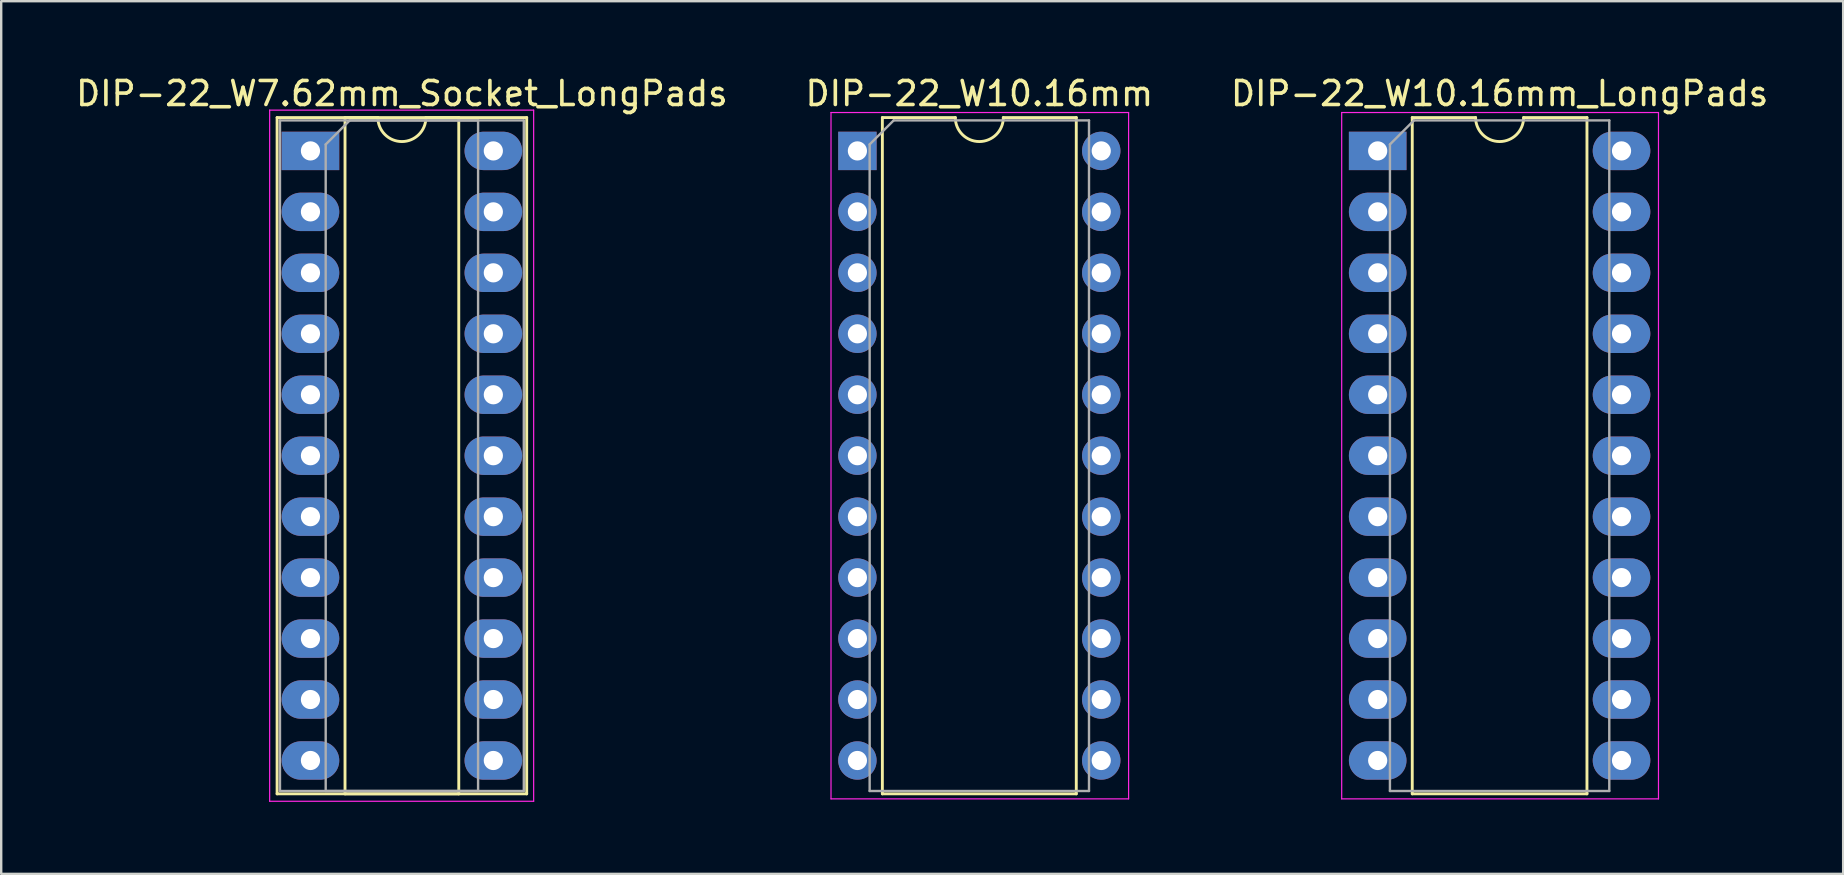
<source format=kicad_pcb>
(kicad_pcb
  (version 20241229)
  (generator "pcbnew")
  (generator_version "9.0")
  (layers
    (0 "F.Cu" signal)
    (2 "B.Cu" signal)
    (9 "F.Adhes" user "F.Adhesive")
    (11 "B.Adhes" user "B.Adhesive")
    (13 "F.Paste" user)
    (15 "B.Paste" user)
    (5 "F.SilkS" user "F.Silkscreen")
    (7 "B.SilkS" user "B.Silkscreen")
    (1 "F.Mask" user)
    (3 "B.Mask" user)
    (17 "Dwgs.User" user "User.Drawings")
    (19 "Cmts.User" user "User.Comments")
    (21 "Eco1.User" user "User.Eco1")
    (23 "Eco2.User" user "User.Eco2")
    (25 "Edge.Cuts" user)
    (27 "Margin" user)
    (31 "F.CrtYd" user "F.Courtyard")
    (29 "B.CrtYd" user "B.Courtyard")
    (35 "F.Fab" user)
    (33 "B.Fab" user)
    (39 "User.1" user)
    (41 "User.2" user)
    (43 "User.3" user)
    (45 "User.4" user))
  (footprint "DIP-22_W10.16mm"
    (layer "F.Cu")
    (at 32.676 3.238)
    (property "Reference" "DIP-22_W10.16mm" (at 5.08 -2.39 0) (layer "F.SilkS") (effects (font (size 1 1) (thickness 0.15))))
    (attr through_hole)
    (fp_line (start 1.04 -1.39) (end 1.04 26.79) (stroke (width 0.12) (type solid)) (layer "F.SilkS"))
    (fp_line (start 1.04 26.79) (end 9.12 26.79) (stroke (width 0.12) (type solid)) (layer "F.SilkS"))
    (fp_line (start 4.08 -1.39) (end 1.04 -1.39) (stroke (width 0.12) (type solid)) (layer "F.SilkS"))
    (fp_line (start 9.12 -1.39) (end 6.08 -1.39) (stroke (width 0.12) (type solid)) (layer "F.SilkS"))
    (fp_line (start 9.12 26.79) (end 9.12 -1.39) (stroke (width 0.12) (type solid)) (layer "F.SilkS"))
    (fp_arc (start 6.08 -1.39) (mid 5.08 -0.39) (end 4.08 -1.39) (stroke (width 0.12) (type solid)) (layer "F.SilkS"))
    (fp_line (start -1.1 -1.6) (end -1.1 27) (stroke (width 0.05) (type solid)) (layer "F.CrtYd"))
    (fp_line (start -1.1 27) (end 11.3 27) (stroke (width 0.05) (type solid)) (layer "F.CrtYd"))
    (fp_line (start 11.3 -1.6) (end -1.1 -1.6) (stroke (width 0.05) (type solid)) (layer "F.CrtYd"))
    (fp_line (start 11.3 27) (end 11.3 -1.6) (stroke (width 0.05) (type solid)) (layer "F.CrtYd"))
    (fp_line (start 0.51 -0.27) (end 1.51 -1.27) (stroke (width 0.1) (type solid)) (layer "F.Fab"))
    (fp_line (start 0.51 26.67) (end 0.51 -0.27) (stroke (width 0.1) (type solid)) (layer "F.Fab"))
    (fp_line (start 1.51 -1.27) (end 9.65 -1.27) (stroke (width 0.1) (type solid)) (layer "F.Fab"))
    (fp_line (start 9.65 -1.27) (end 9.65 26.67) (stroke (width 0.1) (type solid)) (layer "F.Fab"))
    (fp_line (start 9.65 26.67) (end 0.51 26.67) (stroke (width 0.1) (type solid)) (layer "F.Fab"))
    (pad "1" thru_hole rect (at 0 0) (size 1.6 1.6) (drill 0.8) (layers "*.Cu" "*.Mask"))
    (pad "2" thru_hole oval (at 0 2.54) (size 1.6 1.6) (drill 0.8) (layers "*.Cu" "*.Mask"))
    (pad "3" thru_hole oval (at 0 5.08) (size 1.6 1.6) (drill 0.8) (layers "*.Cu" "*.Mask"))
    (pad "4" thru_hole oval (at 0 7.62) (size 1.6 1.6) (drill 0.8) (layers "*.Cu" "*.Mask"))
    (pad "5" thru_hole oval (at 0 10.16) (size 1.6 1.6) (drill 0.8) (layers "*.Cu" "*.Mask"))
    (pad "6" thru_hole oval (at 0 12.7) (size 1.6 1.6) (drill 0.8) (layers "*.Cu" "*.Mask"))
    (pad "7" thru_hole oval (at 0 15.24) (size 1.6 1.6) (drill 0.8) (layers "*.Cu" "*.Mask"))
    (pad "8" thru_hole oval (at 0 17.78) (size 1.6 1.6) (drill 0.8) (layers "*.Cu" "*.Mask"))
    (pad "9" thru_hole oval (at 0 20.32) (size 1.6 1.6) (drill 0.8) (layers "*.Cu" "*.Mask"))
    (pad "10" thru_hole oval (at 0 22.86) (size 1.6 1.6) (drill 0.8) (layers "*.Cu" "*.Mask"))
    (pad "11" thru_hole oval (at 0 25.4) (size 1.6 1.6) (drill 0.8) (layers "*.Cu" "*.Mask"))
    (pad "12" thru_hole oval (at 10.16 25.4) (size 1.6 1.6) (drill 0.8) (layers "*.Cu" "*.Mask"))
    (pad "13" thru_hole oval (at 10.16 22.86) (size 1.6 1.6) (drill 0.8) (layers "*.Cu" "*.Mask"))
    (pad "14" thru_hole oval (at 10.16 20.32) (size 1.6 1.6) (drill 0.8) (layers "*.Cu" "*.Mask"))
    (pad "15" thru_hole oval (at 10.16 17.78) (size 1.6 1.6) (drill 0.8) (layers "*.Cu" "*.Mask"))
    (pad "16" thru_hole oval (at 10.16 15.24) (size 1.6 1.6) (drill 0.8) (layers "*.Cu" "*.Mask"))
    (pad "17" thru_hole oval (at 10.16 12.7) (size 1.6 1.6) (drill 0.8) (layers "*.Cu" "*.Mask"))
    (pad "18" thru_hole oval (at 10.16 10.16) (size 1.6 1.6) (drill 0.8) (layers "*.Cu" "*.Mask"))
    (pad "19" thru_hole oval (at 10.16 7.62) (size 1.6 1.6) (drill 0.8) (layers "*.Cu" "*.Mask"))
    (pad "20" thru_hole oval (at 10.16 5.08) (size 1.6 1.6) (drill 0.8) (layers "*.Cu" "*.Mask"))
    (pad "21" thru_hole oval (at 10.16 2.54) (size 1.6 1.6) (drill 0.8) (layers "*.Cu" "*.Mask"))
    (pad "22" thru_hole oval (at 10.16 0) (size 1.6 1.6) (drill 0.8) (layers "*.Cu" "*.Mask")))
  (footprint "DIP-22_W7.62mm_Socket_LongPads"
    (layer "F.Cu")
    (at 9.886 3.238)
    (property "Reference" "DIP-22_W7.62mm_Socket_LongPads" (at 3.81 -2.39 0) (layer "F.SilkS") (effects (font (size 1 1) (thickness 0.15))))
    (attr through_hole)
    (fp_line (start -1.39 -1.39) (end -1.39 26.79) (stroke (width 0.12) (type solid)) (layer "F.SilkS"))
    (fp_line (start -1.39 26.79) (end 9.01 26.79) (stroke (width 0.12) (type solid)) (layer "F.SilkS"))
    (fp_line (start 1.44 -1.39) (end 1.44 26.79) (stroke (width 0.12) (type solid)) (layer "F.SilkS"))
    (fp_line (start 1.44 26.79) (end 6.18 26.79) (stroke (width 0.12) (type solid)) (layer "F.SilkS"))
    (fp_line (start 2.81 -1.39) (end 1.44 -1.39) (stroke (width 0.12) (type solid)) (layer "F.SilkS"))
    (fp_line (start 6.18 -1.39) (end 4.81 -1.39) (stroke (width 0.12) (type solid)) (layer "F.SilkS"))
    (fp_line (start 6.18 26.79) (end 6.18 -1.39) (stroke (width 0.12) (type solid)) (layer "F.SilkS"))
    (fp_line (start 9.01 -1.39) (end -1.39 -1.39) (stroke (width 0.12) (type solid)) (layer "F.SilkS"))
    (fp_line (start 9.01 26.79) (end 9.01 -1.39) (stroke (width 0.12) (type solid)) (layer "F.SilkS"))
    (fp_arc (start 4.81 -1.39) (mid 3.81 -0.39) (end 2.81 -1.39) (stroke (width 0.12) (type solid)) (layer "F.SilkS"))
    (fp_line (start -1.7 -1.7) (end -1.7 27.1) (stroke (width 0.05) (type solid)) (layer "F.CrtYd"))
    (fp_line (start -1.7 27.1) (end 9.3 27.1) (stroke (width 0.05) (type solid)) (layer "F.CrtYd"))
    (fp_line (start 9.3 -1.7) (end -1.7 -1.7) (stroke (width 0.05) (type solid)) (layer "F.CrtYd"))
    (fp_line (start 9.3 27.1) (end 9.3 -1.7) (stroke (width 0.05) (type solid)) (layer "F.CrtYd"))
    (fp_line (start -1.27 -1.27) (end -1.27 26.67) (stroke (width 0.1) (type solid)) (layer "F.Fab"))
    (fp_line (start -1.27 26.67) (end 8.89 26.67) (stroke (width 0.1) (type solid)) (layer "F.Fab"))
    (fp_line (start 0.635 -0.27) (end 1.635 -1.27) (stroke (width 0.1) (type solid)) (layer "F.Fab"))
    (fp_line (start 0.635 26.67) (end 0.635 -0.27) (stroke (width 0.1) (type solid)) (layer "F.Fab"))
    (fp_line (start 1.635 -1.27) (end 6.985 -1.27) (stroke (width 0.1) (type solid)) (layer "F.Fab"))
    (fp_line (start 6.985 -1.27) (end 6.985 26.67) (stroke (width 0.1) (type solid)) (layer "F.Fab"))
    (fp_line (start 6.985 26.67) (end 0.635 26.67) (stroke (width 0.1) (type solid)) (layer "F.Fab"))
    (fp_line (start 8.89 -1.27) (end -1.27 -1.27) (stroke (width 0.1) (type solid)) (layer "F.Fab"))
    (fp_line (start 8.89 26.67) (end 8.89 -1.27) (stroke (width 0.1) (type solid)) (layer "F.Fab"))
    (pad "1" thru_hole rect (at 0 0) (size 2.4 1.6) (drill 0.8) (layers "*.Cu" "*.Mask"))
    (pad "2" thru_hole oval (at 0 2.54) (size 2.4 1.6) (drill 0.8) (layers "*.Cu" "*.Mask"))
    (pad "3" thru_hole oval (at 0 5.08) (size 2.4 1.6) (drill 0.8) (layers "*.Cu" "*.Mask"))
    (pad "4" thru_hole oval (at 0 7.62) (size 2.4 1.6) (drill 0.8) (layers "*.Cu" "*.Mask"))
    (pad "5" thru_hole oval (at 0 10.16) (size 2.4 1.6) (drill 0.8) (layers "*.Cu" "*.Mask"))
    (pad "6" thru_hole oval (at 0 12.7) (size 2.4 1.6) (drill 0.8) (layers "*.Cu" "*.Mask"))
    (pad "7" thru_hole oval (at 0 15.24) (size 2.4 1.6) (drill 0.8) (layers "*.Cu" "*.Mask"))
    (pad "8" thru_hole oval (at 0 17.78) (size 2.4 1.6) (drill 0.8) (layers "*.Cu" "*.Mask"))
    (pad "9" thru_hole oval (at 0 20.32) (size 2.4 1.6) (drill 0.8) (layers "*.Cu" "*.Mask"))
    (pad "10" thru_hole oval (at 0 22.86) (size 2.4 1.6) (drill 0.8) (layers "*.Cu" "*.Mask"))
    (pad "11" thru_hole oval (at 0 25.4) (size 2.4 1.6) (drill 0.8) (layers "*.Cu" "*.Mask"))
    (pad "12" thru_hole oval (at 7.62 25.4) (size 2.4 1.6) (drill 0.8) (layers "*.Cu" "*.Mask"))
    (pad "13" thru_hole oval (at 7.62 22.86) (size 2.4 1.6) (drill 0.8) (layers "*.Cu" "*.Mask"))
    (pad "14" thru_hole oval (at 7.62 20.32) (size 2.4 1.6) (drill 0.8) (layers "*.Cu" "*.Mask"))
    (pad "15" thru_hole oval (at 7.62 17.78) (size 2.4 1.6) (drill 0.8) (layers "*.Cu" "*.Mask"))
    (pad "16" thru_hole oval (at 7.62 15.24) (size 2.4 1.6) (drill 0.8) (layers "*.Cu" "*.Mask"))
    (pad "17" thru_hole oval (at 7.62 12.7) (size 2.4 1.6) (drill 0.8) (layers "*.Cu" "*.Mask"))
    (pad "18" thru_hole oval (at 7.62 10.16) (size 2.4 1.6) (drill 0.8) (layers "*.Cu" "*.Mask"))
    (pad "19" thru_hole oval (at 7.62 7.62) (size 2.4 1.6) (drill 0.8) (layers "*.Cu" "*.Mask"))
    (pad "20" thru_hole oval (at 7.62 5.08) (size 2.4 1.6) (drill 0.8) (layers "*.Cu" "*.Mask"))
    (pad "21" thru_hole oval (at 7.62 2.54) (size 2.4 1.6) (drill 0.8) (layers "*.Cu" "*.Mask"))
    (pad "22" thru_hole oval (at 7.62 0) (size 2.4 1.6) (drill 0.8) (layers "*.Cu" "*.Mask")))
  (footprint "DIP-22_W10.16mm_LongPads"
    (layer "F.Cu")
    (at 54.355 3.238)
    (property "Reference" "DIP-22_W10.16mm_LongPads" (at 5.08 -2.39 0) (layer "F.SilkS") (effects (font (size 1 1) (thickness 0.15))))
    (attr through_hole)
    (fp_line (start 1.44 -1.39) (end 1.44 26.79) (stroke (width 0.12) (type solid)) (layer "F.SilkS"))
    (fp_line (start 1.44 26.79) (end 8.72 26.79) (stroke (width 0.12) (type solid)) (layer "F.SilkS"))
    (fp_line (start 4.08 -1.39) (end 1.44 -1.39) (stroke (width 0.12) (type solid)) (layer "F.SilkS"))
    (fp_line (start 8.72 -1.39) (end 6.08 -1.39) (stroke (width 0.12) (type solid)) (layer "F.SilkS"))
    (fp_line (start 8.72 26.79) (end 8.72 -1.39) (stroke (width 0.12) (type solid)) (layer "F.SilkS"))
    (fp_arc (start 6.08 -1.39) (mid 5.08 -0.39) (end 4.08 -1.39) (stroke (width 0.12) (type solid)) (layer "F.SilkS"))
    (fp_line (start -1.5 -1.6) (end -1.5 27) (stroke (width 0.05) (type solid)) (layer "F.CrtYd"))
    (fp_line (start -1.5 27) (end 11.7 27) (stroke (width 0.05) (type solid)) (layer "F.CrtYd"))
    (fp_line (start 11.7 -1.6) (end -1.5 -1.6) (stroke (width 0.05) (type solid)) (layer "F.CrtYd"))
    (fp_line (start 11.7 27) (end 11.7 -1.6) (stroke (width 0.05) (type solid)) (layer "F.CrtYd"))
    (fp_line (start 0.51 -0.27) (end 1.51 -1.27) (stroke (width 0.1) (type solid)) (layer "F.Fab"))
    (fp_line (start 0.51 26.67) (end 0.51 -0.27) (stroke (width 0.1) (type solid)) (layer "F.Fab"))
    (fp_line (start 1.51 -1.27) (end 9.65 -1.27) (stroke (width 0.1) (type solid)) (layer "F.Fab"))
    (fp_line (start 9.65 -1.27) (end 9.65 26.67) (stroke (width 0.1) (type solid)) (layer "F.Fab"))
    (fp_line (start 9.65 26.67) (end 0.51 26.67) (stroke (width 0.1) (type solid)) (layer "F.Fab"))
    (pad "1" thru_hole rect (at 0 0) (size 2.4 1.6) (drill 0.8) (layers "*.Cu" "*.Mask"))
    (pad "2" thru_hole oval (at 0 2.54) (size 2.4 1.6) (drill 0.8) (layers "*.Cu" "*.Mask"))
    (pad "3" thru_hole oval (at 0 5.08) (size 2.4 1.6) (drill 0.8) (layers "*.Cu" "*.Mask"))
    (pad "4" thru_hole oval (at 0 7.62) (size 2.4 1.6) (drill 0.8) (layers "*.Cu" "*.Mask"))
    (pad "5" thru_hole oval (at 0 10.16) (size 2.4 1.6) (drill 0.8) (layers "*.Cu" "*.Mask"))
    (pad "6" thru_hole oval (at 0 12.7) (size 2.4 1.6) (drill 0.8) (layers "*.Cu" "*.Mask"))
    (pad "7" thru_hole oval (at 0 15.24) (size 2.4 1.6) (drill 0.8) (layers "*.Cu" "*.Mask"))
    (pad "8" thru_hole oval (at 0 17.78) (size 2.4 1.6) (drill 0.8) (layers "*.Cu" "*.Mask"))
    (pad "9" thru_hole oval (at 0 20.32) (size 2.4 1.6) (drill 0.8) (layers "*.Cu" "*.Mask"))
    (pad "10" thru_hole oval (at 0 22.86) (size 2.4 1.6) (drill 0.8) (layers "*.Cu" "*.Mask"))
    (pad "11" thru_hole oval (at 0 25.4) (size 2.4 1.6) (drill 0.8) (layers "*.Cu" "*.Mask"))
    (pad "12" thru_hole oval (at 10.16 25.4) (size 2.4 1.6) (drill 0.8) (layers "*.Cu" "*.Mask"))
    (pad "13" thru_hole oval (at 10.16 22.86) (size 2.4 1.6) (drill 0.8) (layers "*.Cu" "*.Mask"))
    (pad "14" thru_hole oval (at 10.16 20.32) (size 2.4 1.6) (drill 0.8) (layers "*.Cu" "*.Mask"))
    (pad "15" thru_hole oval (at 10.16 17.78) (size 2.4 1.6) (drill 0.8) (layers "*.Cu" "*.Mask"))
    (pad "16" thru_hole oval (at 10.16 15.24) (size 2.4 1.6) (drill 0.8) (layers "*.Cu" "*.Mask"))
    (pad "17" thru_hole oval (at 10.16 12.7) (size 2.4 1.6) (drill 0.8) (layers "*.Cu" "*.Mask"))
    (pad "18" thru_hole oval (at 10.16 10.16) (size 2.4 1.6) (drill 0.8) (layers "*.Cu" "*.Mask"))
    (pad "19" thru_hole oval (at 10.16 7.62) (size 2.4 1.6) (drill 0.8) (layers "*.Cu" "*.Mask"))
    (pad "20" thru_hole oval (at 10.16 5.08) (size 2.4 1.6) (drill 0.8) (layers "*.Cu" "*.Mask"))
    (pad "21" thru_hole oval (at 10.16 2.54) (size 2.4 1.6) (drill 0.8) (layers "*.Cu" "*.Mask"))
    (pad "22" thru_hole oval (at 10.16 0) (size 2.4 1.6) (drill 0.8) (layers "*.Cu" "*.Mask")))
  (gr_rect
    (start -3 -3)
    (end 73.75 33.363)
    (stroke (width 0.1) (type default))
    (fill no)
    (layer "Edge.Cuts")))
</source>
